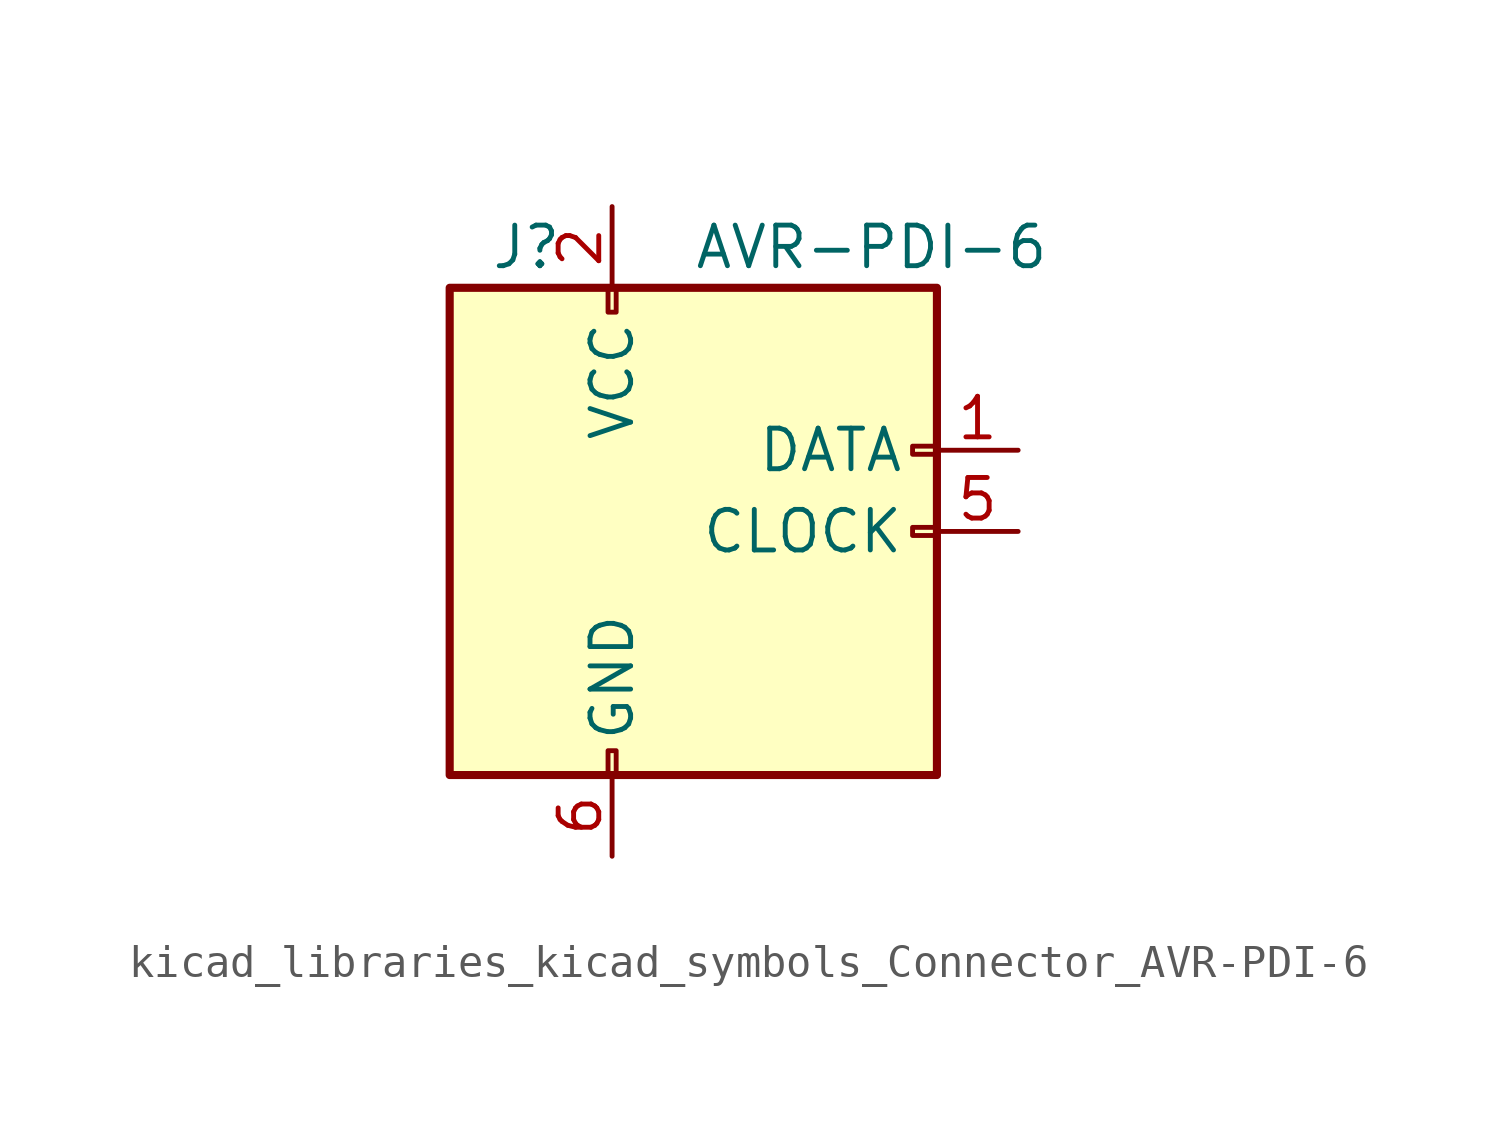
<source format=kicad_sym>
(kicad_symbol_lib
  (version 20220914)
  (generator kicad_symbol_editor)
  (symbol "kicad_libraries_kicad_symbols_Connector_AVR-PDI-6"
    (pin_names
      (offset 1.016))
    (property "Reference" "J"
      (at -6.35 8.89 0)
      (effects (font (size 1.27 1.27)) (justify left)))
    (property "Value" "AVR-PDI-6"
      (at 0 8.89 0)
      (effects (font (size 1.27 1.27)) (justify left)))
    (symbol "kicad_libraries_kicad_symbols_Connector_AVR-PDI-6_0_1"
      (rectangle (start -2.667 -6.858) (end -2.413 -7.62) (stroke (width 0) (type default)) (fill (type none)))
      (rectangle (start -2.667 7.62) (end -2.413 6.858) (stroke (width 0) (type default)) (fill (type none)))
      (rectangle (start 7.62 0.127) (end 6.858 -0.127) (stroke (width 0) (type default)) (fill (type none)))
      (rectangle (start 7.62 2.667) (end 6.858 2.413) (stroke (width 0) (type default)) (fill (type none)))
      (rectangle (start 7.62 7.62) (end -7.62 -7.62) (stroke (width 0.254) (type default)) (fill (type background))))
    (symbol "kicad_libraries_kicad_symbols_Connector_AVR-PDI-6_1_1"
      (pin passive line (at 10.16 2.54 180) (length 2.54) (name "DATA" (effects (font (size 1.27 1.27)))) (number "1" (effects (font (size 1.27 1.27)))))
      (pin passive line (at -2.54 10.16 270) (length 2.54) (name "VCC" (effects (font (size 1.27 1.27)))) (number "2" (effects (font (size 1.27 1.27)))))
      (pin no_connect line (at 7.62 -2.54 180) (length 2.54) hide (name "NC" (effects (font (size 1.27 1.27)))) (number "3" (effects (font (size 1.27 1.27)))))
      (pin no_connect line (at 7.62 -5.08 180) (length 2.54) hide (name "NC" (effects (font (size 1.27 1.27)))) (number "4" (effects (font (size 1.27 1.27)))))
      (pin passive line (at 10.16 0 180) (length 2.54) (name "CLOCK" (effects (font (size 1.27 1.27)))) (number "5" (effects (font (size 1.27 1.27)))))
      (pin passive line (at -2.54 -10.16 90) (length 2.54) (name "GND" (effects (font (size 1.27 1.27)))) (number "6" (effects (font (size 1.27 1.27))))))))
</source>
